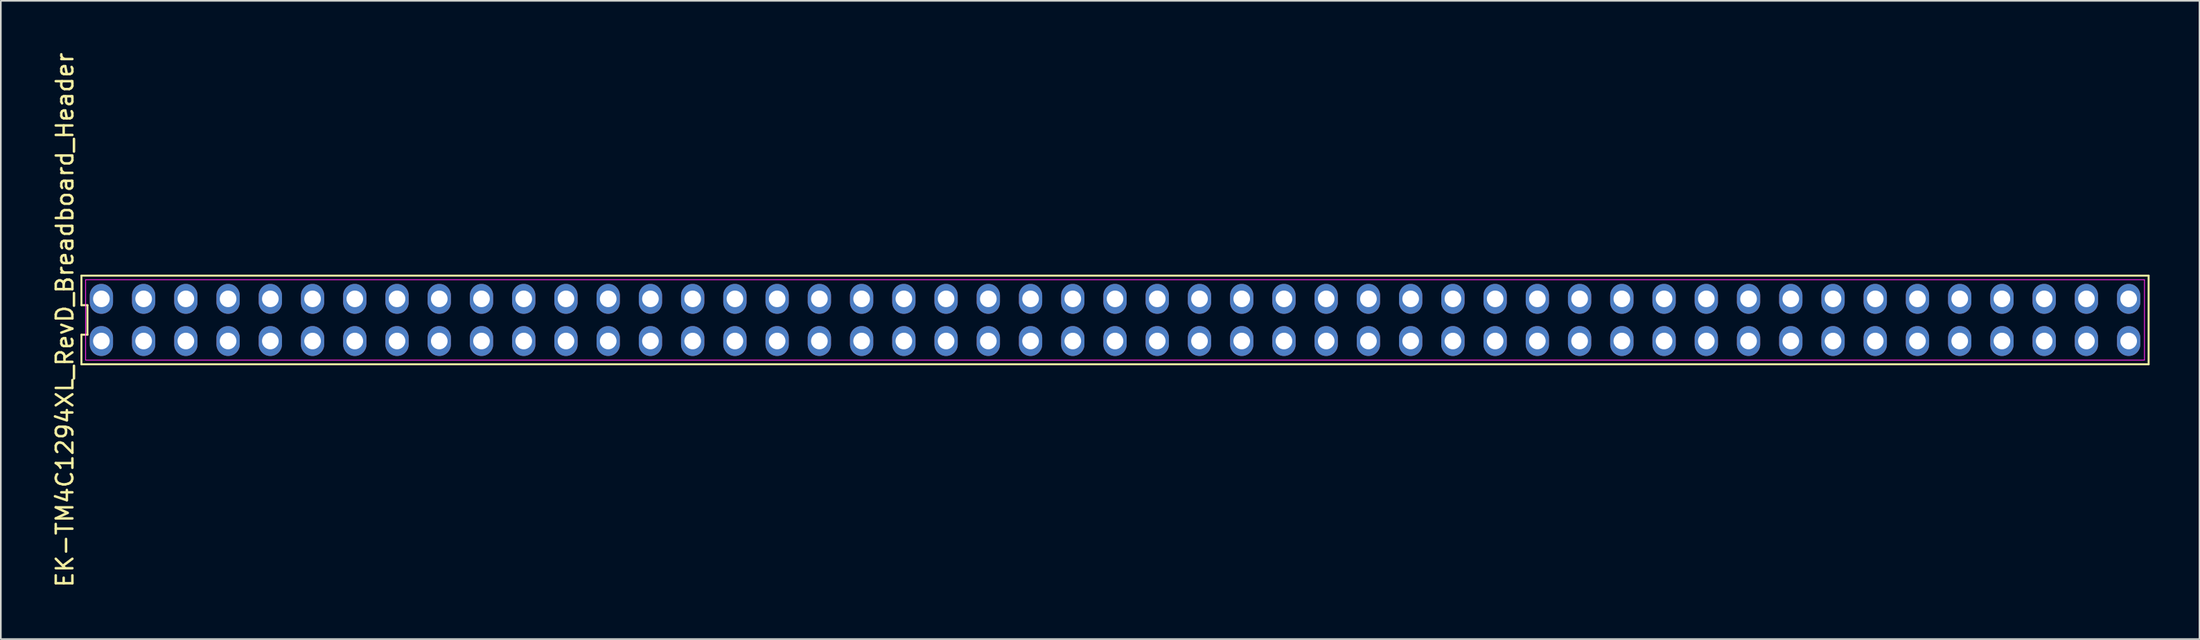
<source format=kicad_pcb>
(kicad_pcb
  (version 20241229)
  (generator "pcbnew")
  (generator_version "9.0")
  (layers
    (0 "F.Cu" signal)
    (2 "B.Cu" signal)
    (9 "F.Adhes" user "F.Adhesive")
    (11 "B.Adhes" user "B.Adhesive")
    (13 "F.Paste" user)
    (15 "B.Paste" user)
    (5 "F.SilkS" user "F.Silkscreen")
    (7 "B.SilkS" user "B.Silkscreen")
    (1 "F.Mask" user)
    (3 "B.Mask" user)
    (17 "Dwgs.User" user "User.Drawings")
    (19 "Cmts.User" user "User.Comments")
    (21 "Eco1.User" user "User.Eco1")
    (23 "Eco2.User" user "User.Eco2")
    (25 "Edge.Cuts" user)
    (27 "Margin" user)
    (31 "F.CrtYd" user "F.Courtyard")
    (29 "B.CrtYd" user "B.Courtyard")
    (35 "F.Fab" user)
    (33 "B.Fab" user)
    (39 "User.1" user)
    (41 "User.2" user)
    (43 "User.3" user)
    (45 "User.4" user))
  (footprint "EK-TM4C1294XL_RevD_Breadboard_Header"
    (layer "F.Cu")
    (at 64.008 16.22)
    (property "Reference" "EK-TM4C1294XL_RevD_Breadboard_Header" (at -63.16 0 90) (layer "F.SilkS") (effects (font (size 1 1) (thickness 0.15))))
    (attr through_hole)
    (fp_line (start -62.16 -2.67) (end -62.16 -0.89) (stroke (width 0.12) (type solid)) (layer "F.SilkS"))
    (fp_line (start -62.16 -0.89) (end -61.8 -0.89) (stroke (width 0.12) (type solid)) (layer "F.SilkS"))
    (fp_line (start -62.16 0.89) (end -62.16 2.67) (stroke (width 0.12) (type solid)) (layer "F.SilkS"))
    (fp_line (start -62.16 2.67) (end 62.16 2.67) (stroke (width 0.12) (type solid)) (layer "F.SilkS"))
    (fp_line (start -61.8 -0.89) (end -61.8 0.89) (stroke (width 0.12) (type solid)) (layer "F.SilkS"))
    (fp_line (start -61.8 0.89) (end -62.16 0.89) (stroke (width 0.12) (type solid)) (layer "F.SilkS"))
    (fp_line (start 62.16 -2.67) (end -62.16 -2.67) (stroke (width 0.12) (type solid)) (layer "F.SilkS"))
    (fp_line (start 62.16 2.67) (end 62.16 -2.67) (stroke (width 0.12) (type solid)) (layer "F.SilkS"))
    (fp_line (start -61.91 -2.42) (end 61.91 -2.42) (stroke (width 0.05) (type solid)) (layer "F.CrtYd"))
    (fp_line (start -61.91 2.42) (end -61.91 -2.42) (stroke (width 0.05) (type solid)) (layer "F.CrtYd"))
    (fp_line (start 61.91 -2.42) (end 61.91 2.42) (stroke (width 0.05) (type solid)) (layer "F.CrtYd"))
    (fp_line (start 61.91 2.42) (end -61.91 2.42) (stroke (width 0.05) (type solid)) (layer "F.CrtYd"))
    (pad "1" thru_hole oval (at -60.96 1.27) (size 1.4 1.8) (drill 1) (layers "*.Cu" "*.Mask"))
    (pad "2" thru_hole oval (at -60.96 -1.27) (size 1.4 1.8) (drill 1) (layers "*.Cu" "*.Mask"))
    (pad "3" thru_hole oval (at -58.42 1.27) (size 1.4 1.8) (drill 1) (layers "*.Cu" "*.Mask"))
    (pad "4" thru_hole oval (at -58.42 -1.27) (size 1.4 1.8) (drill 1) (layers "*.Cu" "*.Mask"))
    (pad "5" thru_hole oval (at -55.88 1.27) (size 1.4 1.8) (drill 1) (layers "*.Cu" "*.Mask"))
    (pad "6" thru_hole oval (at -55.88 -1.27) (size 1.4 1.8) (drill 1) (layers "*.Cu" "*.Mask"))
    (pad "7" thru_hole oval (at -53.34 1.27) (size 1.4 1.8) (drill 1) (layers "*.Cu" "*.Mask"))
    (pad "8" thru_hole oval (at -53.34 -1.27) (size 1.4 1.8) (drill 1) (layers "*.Cu" "*.Mask"))
    (pad "9" thru_hole oval (at -50.8 1.27) (size 1.4 1.8) (drill 1) (layers "*.Cu" "*.Mask"))
    (pad "10" thru_hole oval (at -50.8 -1.27) (size 1.4 1.8) (drill 1) (layers "*.Cu" "*.Mask"))
    (pad "11" thru_hole oval (at -48.26 1.27) (size 1.4 1.8) (drill 1) (layers "*.Cu" "*.Mask"))
    (pad "12" thru_hole oval (at -48.26 -1.27) (size 1.4 1.8) (drill 1) (layers "*.Cu" "*.Mask"))
    (pad "13" thru_hole oval (at -45.72 1.27) (size 1.4 1.8) (drill 1) (layers "*.Cu" "*.Mask"))
    (pad "14" thru_hole oval (at -45.72 -1.27) (size 1.4 1.8) (drill 1) (layers "*.Cu" "*.Mask"))
    (pad "15" thru_hole oval (at -43.18 1.27) (size 1.4 1.8) (drill 1) (layers "*.Cu" "*.Mask"))
    (pad "16" thru_hole oval (at -43.18 -1.27) (size 1.4 1.8) (drill 1) (layers "*.Cu" "*.Mask"))
    (pad "17" thru_hole oval (at -40.64 1.27) (size 1.4 1.8) (drill 1) (layers "*.Cu" "*.Mask"))
    (pad "18" thru_hole oval (at -40.64 -1.27) (size 1.4 1.8) (drill 1) (layers "*.Cu" "*.Mask"))
    (pad "19" thru_hole oval (at -38.1 1.27) (size 1.4 1.8) (drill 1) (layers "*.Cu" "*.Mask"))
    (pad "20" thru_hole oval (at -38.1 -1.27) (size 1.4 1.8) (drill 1) (layers "*.Cu" "*.Mask"))
    (pad "21" thru_hole oval (at -35.56 1.27) (size 1.4 1.8) (drill 1) (layers "*.Cu" "*.Mask"))
    (pad "22" thru_hole oval (at -35.56 -1.27) (size 1.4 1.8) (drill 1) (layers "*.Cu" "*.Mask"))
    (pad "23" thru_hole oval (at -33.02 1.27) (size 1.4 1.8) (drill 1) (layers "*.Cu" "*.Mask"))
    (pad "24" thru_hole oval (at -33.02 -1.27) (size 1.4 1.8) (drill 1) (layers "*.Cu" "*.Mask"))
    (pad "25" thru_hole oval (at -30.48 1.27) (size 1.4 1.8) (drill 1) (layers "*.Cu" "*.Mask"))
    (pad "26" thru_hole oval (at -30.48 -1.27) (size 1.4 1.8) (drill 1) (layers "*.Cu" "*.Mask"))
    (pad "27" thru_hole oval (at -27.94 1.27) (size 1.4 1.8) (drill 1) (layers "*.Cu" "*.Mask"))
    (pad "28" thru_hole oval (at -27.94 -1.27) (size 1.4 1.8) (drill 1) (layers "*.Cu" "*.Mask"))
    (pad "29" thru_hole oval (at -25.4 1.27) (size 1.4 1.8) (drill 1) (layers "*.Cu" "*.Mask"))
    (pad "30" thru_hole oval (at -25.4 -1.27) (size 1.4 1.8) (drill 1) (layers "*.Cu" "*.Mask"))
    (pad "31" thru_hole oval (at -22.86 1.27) (size 1.4 1.8) (drill 1) (layers "*.Cu" "*.Mask"))
    (pad "32" thru_hole oval (at -22.86 -1.27) (size 1.4 1.8) (drill 1) (layers "*.Cu" "*.Mask"))
    (pad "33" thru_hole oval (at -20.32 1.27) (size 1.4 1.8) (drill 1) (layers "*.Cu" "*.Mask"))
    (pad "34" thru_hole oval (at -20.32 -1.27) (size 1.4 1.8) (drill 1) (layers "*.Cu" "*.Mask"))
    (pad "35" thru_hole oval (at -17.78 1.27) (size 1.4 1.8) (drill 1) (layers "*.Cu" "*.Mask"))
    (pad "36" thru_hole oval (at -17.78 -1.27) (size 1.4 1.8) (drill 1) (layers "*.Cu" "*.Mask"))
    (pad "37" thru_hole oval (at -15.24 1.27) (size 1.4 1.8) (drill 1) (layers "*.Cu" "*.Mask"))
    (pad "38" thru_hole oval (at -15.24 -1.27) (size 1.4 1.8) (drill 1) (layers "*.Cu" "*.Mask"))
    (pad "39" thru_hole oval (at -12.7 1.27) (size 1.4 1.8) (drill 1) (layers "*.Cu" "*.Mask"))
    (pad "40" thru_hole oval (at -12.7 -1.27) (size 1.4 1.8) (drill 1) (layers "*.Cu" "*.Mask"))
    (pad "41" thru_hole oval (at -10.16 1.27) (size 1.4 1.8) (drill 1) (layers "*.Cu" "*.Mask"))
    (pad "42" thru_hole oval (at -10.16 -1.27) (size 1.4 1.8) (drill 1) (layers "*.Cu" "*.Mask"))
    (pad "43" thru_hole oval (at -7.62 1.27) (size 1.4 1.8) (drill 1) (layers "*.Cu" "*.Mask"))
    (pad "44" thru_hole oval (at -7.62 -1.27) (size 1.4 1.8) (drill 1) (layers "*.Cu" "*.Mask"))
    (pad "45" thru_hole oval (at -5.08 1.27) (size 1.4 1.8) (drill 1) (layers "*.Cu" "*.Mask"))
    (pad "46" thru_hole oval (at -5.08 -1.27) (size 1.4 1.8) (drill 1) (layers "*.Cu" "*.Mask"))
    (pad "47" thru_hole oval (at -2.54 1.27) (size 1.4 1.8) (drill 1) (layers "*.Cu" "*.Mask"))
    (pad "48" thru_hole oval (at -2.54 -1.27) (size 1.4 1.8) (drill 1) (layers "*.Cu" "*.Mask"))
    (pad "49" thru_hole oval (at 0 1.27) (size 1.4 1.8) (drill 1) (layers "*.Cu" "*.Mask"))
    (pad "50" thru_hole oval (at 0 -1.27) (size 1.4 1.8) (drill 1) (layers "*.Cu" "*.Mask"))
    (pad "51" thru_hole oval (at 2.54 1.27) (size 1.4 1.8) (drill 1) (layers "*.Cu" "*.Mask"))
    (pad "52" thru_hole oval (at 2.54 -1.27) (size 1.4 1.8) (drill 1) (layers "*.Cu" "*.Mask"))
    (pad "53" thru_hole oval (at 5.08 1.27) (size 1.4 1.8) (drill 1) (layers "*.Cu" "*.Mask"))
    (pad "54" thru_hole oval (at 5.08 -1.27) (size 1.4 1.8) (drill 1) (layers "*.Cu" "*.Mask"))
    (pad "55" thru_hole oval (at 7.62 1.27) (size 1.4 1.8) (drill 1) (layers "*.Cu" "*.Mask"))
    (pad "56" thru_hole oval (at 7.62 -1.27) (size 1.4 1.8) (drill 1) (layers "*.Cu" "*.Mask"))
    (pad "57" thru_hole oval (at 10.16 1.27) (size 1.4 1.8) (drill 1) (layers "*.Cu" "*.Mask"))
    (pad "58" thru_hole oval (at 10.16 -1.27) (size 1.4 1.8) (drill 1) (layers "*.Cu" "*.Mask"))
    (pad "59" thru_hole oval (at 12.7 1.27) (size 1.4 1.8) (drill 1) (layers "*.Cu" "*.Mask"))
    (pad "60" thru_hole oval (at 12.7 -1.27) (size 1.4 1.8) (drill 1) (layers "*.Cu" "*.Mask"))
    (pad "61" thru_hole oval (at 15.24 1.27) (size 1.4 1.8) (drill 1) (layers "*.Cu" "*.Mask"))
    (pad "62" thru_hole oval (at 15.24 -1.27) (size 1.4 1.8) (drill 1) (layers "*.Cu" "*.Mask"))
    (pad "63" thru_hole oval (at 17.78 1.27) (size 1.4 1.8) (drill 1) (layers "*.Cu" "*.Mask"))
    (pad "64" thru_hole oval (at 17.78 -1.27) (size 1.4 1.8) (drill 1) (layers "*.Cu" "*.Mask"))
    (pad "65" thru_hole oval (at 20.32 1.27) (size 1.4 1.8) (drill 1) (layers "*.Cu" "*.Mask"))
    (pad "66" thru_hole oval (at 20.32 -1.27) (size 1.4 1.8) (drill 1) (layers "*.Cu" "*.Mask"))
    (pad "67" thru_hole oval (at 22.86 1.27) (size 1.4 1.8) (drill 1) (layers "*.Cu" "*.Mask"))
    (pad "68" thru_hole oval (at 22.86 -1.27) (size 1.4 1.8) (drill 1) (layers "*.Cu" "*.Mask"))
    (pad "69" thru_hole oval (at 25.4 1.27) (size 1.4 1.8) (drill 1) (layers "*.Cu" "*.Mask"))
    (pad "70" thru_hole oval (at 25.4 -1.27) (size 1.4 1.8) (drill 1) (layers "*.Cu" "*.Mask"))
    (pad "71" thru_hole oval (at 27.94 1.27) (size 1.4 1.8) (drill 1) (layers "*.Cu" "*.Mask"))
    (pad "72" thru_hole oval (at 27.94 -1.27) (size 1.4 1.8) (drill 1) (layers "*.Cu" "*.Mask"))
    (pad "73" thru_hole oval (at 30.48 1.27) (size 1.4 1.8) (drill 1) (layers "*.Cu" "*.Mask"))
    (pad "74" thru_hole oval (at 30.48 -1.27) (size 1.4 1.8) (drill 1) (layers "*.Cu" "*.Mask"))
    (pad "75" thru_hole oval (at 33.02 1.27) (size 1.4 1.8) (drill 1) (layers "*.Cu" "*.Mask"))
    (pad "76" thru_hole oval (at 33.02 -1.27) (size 1.4 1.8) (drill 1) (layers "*.Cu" "*.Mask"))
    (pad "77" thru_hole oval (at 35.56 1.27) (size 1.4 1.8) (drill 1) (layers "*.Cu" "*.Mask"))
    (pad "78" thru_hole oval (at 35.56 -1.27) (size 1.4 1.8) (drill 1) (layers "*.Cu" "*.Mask"))
    (pad "79" thru_hole oval (at 38.1 1.27) (size 1.4 1.8) (drill 1) (layers "*.Cu" "*.Mask"))
    (pad "80" thru_hole oval (at 38.1 -1.27) (size 1.4 1.8) (drill 1) (layers "*.Cu" "*.Mask"))
    (pad "81" thru_hole oval (at 40.64 1.27) (size 1.4 1.8) (drill 1) (layers "*.Cu" "*.Mask"))
    (pad "82" thru_hole oval (at 40.64 -1.27) (size 1.4 1.8) (drill 1) (layers "*.Cu" "*.Mask"))
    (pad "83" thru_hole oval (at 43.18 1.27) (size 1.4 1.8) (drill 1) (layers "*.Cu" "*.Mask"))
    (pad "84" thru_hole oval (at 43.18 -1.27) (size 1.4 1.8) (drill 1) (layers "*.Cu" "*.Mask"))
    (pad "85" thru_hole oval (at 45.72 1.27) (size 1.4 1.8) (drill 1) (layers "*.Cu" "*.Mask"))
    (pad "86" thru_hole oval (at 45.72 -1.27) (size 1.4 1.8) (drill 1) (layers "*.Cu" "*.Mask"))
    (pad "87" thru_hole oval (at 48.26 1.27) (size 1.4 1.8) (drill 1) (layers "*.Cu" "*.Mask"))
    (pad "88" thru_hole oval (at 48.26 -1.27) (size 1.4 1.8) (drill 1) (layers "*.Cu" "*.Mask"))
    (pad "89" thru_hole oval (at 50.8 1.27) (size 1.4 1.8) (drill 1) (layers "*.Cu" "*.Mask"))
    (pad "90" thru_hole oval (at 50.8 -1.27) (size 1.4 1.8) (drill 1) (layers "*.Cu" "*.Mask"))
    (pad "91" thru_hole oval (at 53.34 1.27) (size 1.4 1.8) (drill 1) (layers "*.Cu" "*.Mask"))
    (pad "92" thru_hole oval (at 53.34 -1.27) (size 1.4 1.8) (drill 1) (layers "*.Cu" "*.Mask"))
    (pad "93" thru_hole oval (at 55.88 1.27) (size 1.4 1.8) (drill 1) (layers "*.Cu" "*.Mask"))
    (pad "94" thru_hole oval (at 55.88 -1.27) (size 1.4 1.8) (drill 1) (layers "*.Cu" "*.Mask"))
    (pad "95" thru_hole oval (at 58.42 1.27) (size 1.4 1.8) (drill 1) (layers "*.Cu" "*.Mask"))
    (pad "96" thru_hole oval (at 58.42 -1.27) (size 1.4 1.8) (drill 1) (layers "*.Cu" "*.Mask"))
    (pad "97" thru_hole oval (at 60.96 1.27) (size 1.4 1.8) (drill 1) (layers "*.Cu" "*.Mask"))
    (pad "98" thru_hole oval (at 60.96 -1.27) (size 1.4 1.8) (drill 1) (layers "*.Cu" "*.Mask")))
  (gr_rect
    (start -3 -3)
    (end 129.228 35.44)
    (stroke (width 0.1) (type default))
    (fill no)
    (layer "Edge.Cuts")))
</source>
